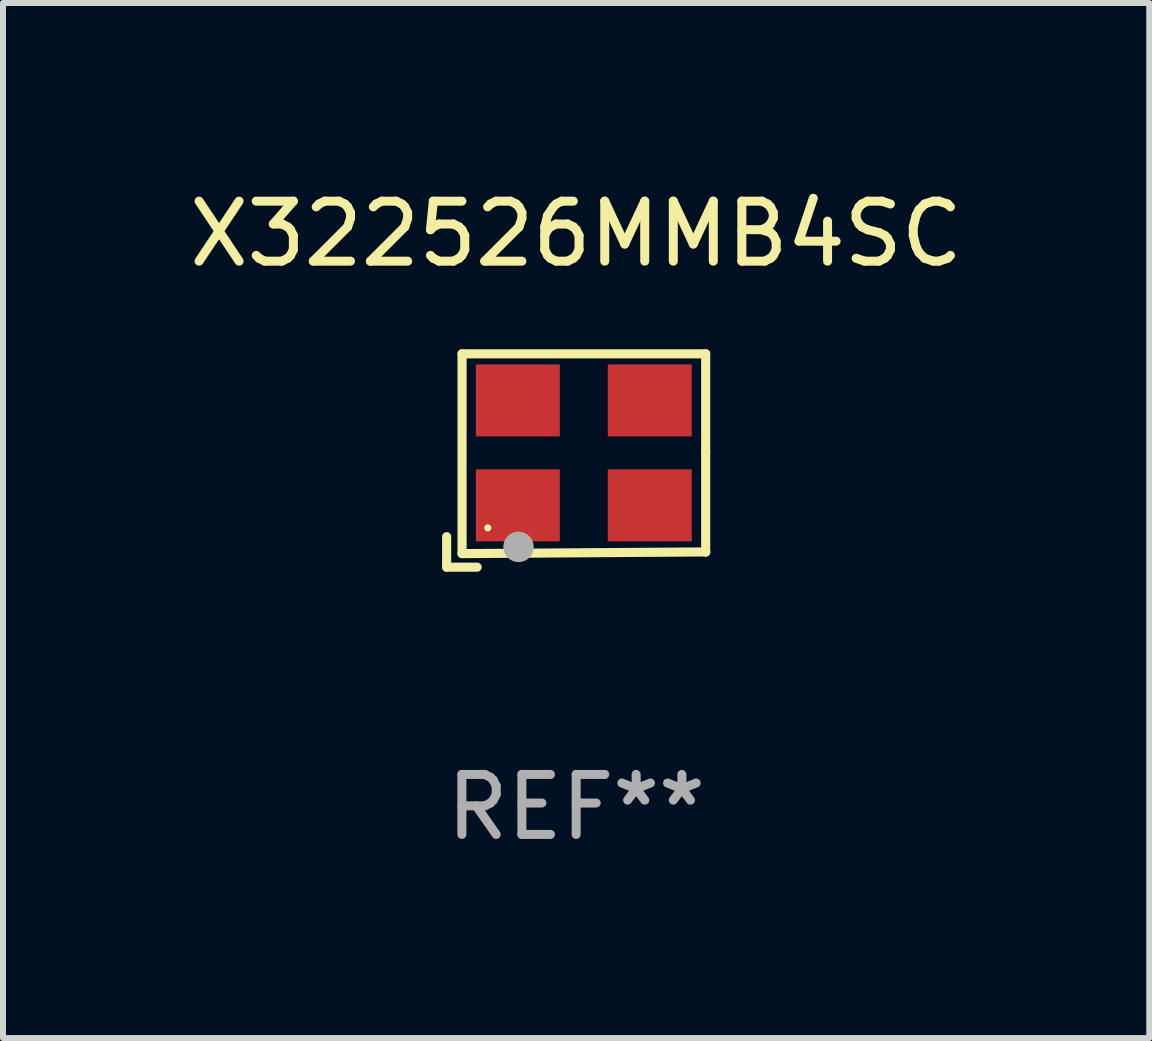
<source format=kicad_pcb>
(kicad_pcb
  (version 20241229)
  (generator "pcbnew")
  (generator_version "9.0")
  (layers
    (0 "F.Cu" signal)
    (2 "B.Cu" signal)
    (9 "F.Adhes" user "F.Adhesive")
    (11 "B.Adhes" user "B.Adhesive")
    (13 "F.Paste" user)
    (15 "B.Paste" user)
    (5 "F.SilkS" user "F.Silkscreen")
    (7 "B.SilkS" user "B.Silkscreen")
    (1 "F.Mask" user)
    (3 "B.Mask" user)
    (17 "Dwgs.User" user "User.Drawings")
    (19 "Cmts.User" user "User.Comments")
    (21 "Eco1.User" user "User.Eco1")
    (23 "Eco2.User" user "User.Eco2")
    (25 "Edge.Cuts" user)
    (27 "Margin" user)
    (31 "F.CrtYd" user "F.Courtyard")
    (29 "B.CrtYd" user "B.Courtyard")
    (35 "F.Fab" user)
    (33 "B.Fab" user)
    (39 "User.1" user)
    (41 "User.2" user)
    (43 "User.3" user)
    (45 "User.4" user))
  (footprint "X322526MMB4SC"
    (layer "F.Cu")
    (at 6.554 4.626)
    (property "Reference" "X322526MMB4SC" (at 0 -3.778 0) (layer "F.SilkS") (effects (font (size 1 1) (thickness 0.15))))
    (attr through_hole)
    (fp_line (start -2.159 1.27) (end -2.159 1.778) (stroke (width 0.152) (type solid)) (layer "F.SilkS"))
    (fp_line (start -2.159 1.778) (end -1.651 1.778) (stroke (width 0.152) (type solid)) (layer "F.SilkS"))
    (fp_line (start -1.902 -1.778) (end 2.159 -1.778) (stroke (width 0.152) (type solid)) (layer "F.SilkS"))
    (fp_line (start -1.902 1.552) (end -1.902 -1.778) (stroke (width 0.152) (type solid)) (layer "F.SilkS"))
    (fp_line (start 2.159 -1.778) (end 2.159 -0.127) (stroke (width 0.152) (type solid)) (layer "F.SilkS"))
    (fp_line (start 2.159 -0.127) (end 2.159 1.524) (stroke (width 0.152) (type solid)) (layer "F.SilkS"))
    (fp_line (start 2.159 1.524) (end -1.902 1.552) (stroke (width 0.152) (type solid)) (layer "F.SilkS"))
    (fp_line (start 2.159 1.524) (end 2.159 1.524) (stroke (width 0.152) (type solid)) (layer "F.SilkS"))
    (fp_circle (center -1.473 1.123) (end -1.443 1.123) (stroke (width 0.06) (type solid)) (fill no) (layer "F.SilkS"))
    (fp_circle (center -0.961 1.44) (end -0.834 1.44) (stroke (width 0.254) (type solid)) (fill no) (layer "F.Fab"))
    (fp_text user "REF**" (at 0 5.778 0) (layer "F.Fab") (effects (font (size 1 1) (thickness 0.15))))
    (pad "1" smd rect (at -0.973 0.748) (size 1.4 1.2) (layers "F.Cu" "F.Mask" "F.Paste"))
    (pad "2" smd rect (at 1.227 0.748) (size 1.4 1.2) (layers "F.Cu" "F.Mask" "F.Paste"))
    (pad "3" smd rect (at 1.227 -1.002) (size 1.4 1.2) (layers "F.Cu" "F.Mask" "F.Paste"))
    (pad "4" smd rect (at -0.973 -1.002) (size 1.4 1.2) (layers "F.Cu" "F.Mask" "F.Paste")))
  (gr_rect
    (start -3 -3)
    (end 16.107 14.253)
    (stroke (width 0.1) (type default))
    (fill no)
    (layer "Edge.Cuts")))
</source>
